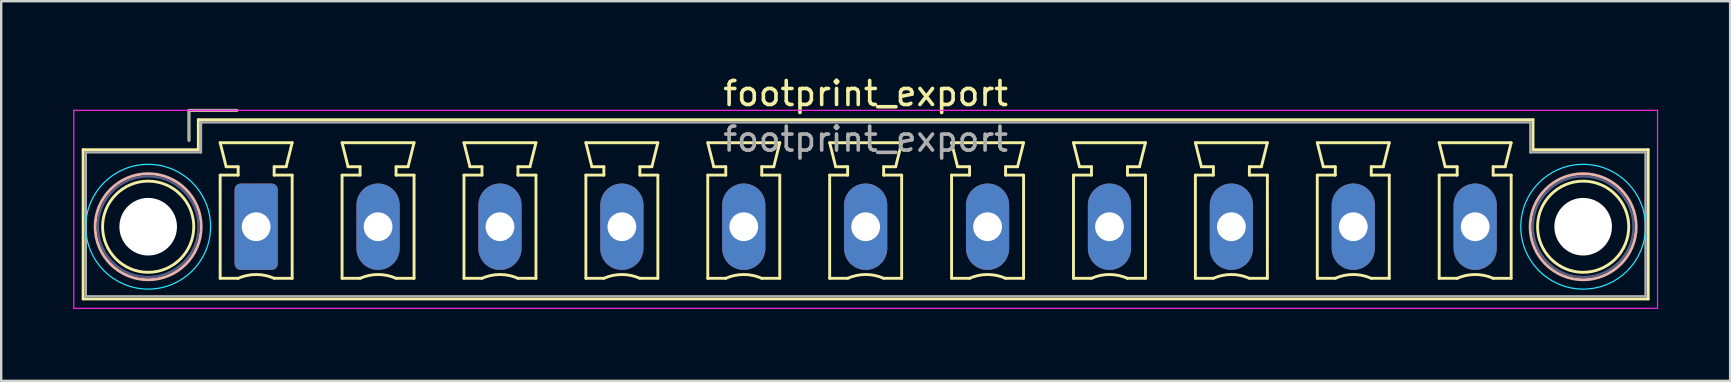
<source format=kicad_pcb>
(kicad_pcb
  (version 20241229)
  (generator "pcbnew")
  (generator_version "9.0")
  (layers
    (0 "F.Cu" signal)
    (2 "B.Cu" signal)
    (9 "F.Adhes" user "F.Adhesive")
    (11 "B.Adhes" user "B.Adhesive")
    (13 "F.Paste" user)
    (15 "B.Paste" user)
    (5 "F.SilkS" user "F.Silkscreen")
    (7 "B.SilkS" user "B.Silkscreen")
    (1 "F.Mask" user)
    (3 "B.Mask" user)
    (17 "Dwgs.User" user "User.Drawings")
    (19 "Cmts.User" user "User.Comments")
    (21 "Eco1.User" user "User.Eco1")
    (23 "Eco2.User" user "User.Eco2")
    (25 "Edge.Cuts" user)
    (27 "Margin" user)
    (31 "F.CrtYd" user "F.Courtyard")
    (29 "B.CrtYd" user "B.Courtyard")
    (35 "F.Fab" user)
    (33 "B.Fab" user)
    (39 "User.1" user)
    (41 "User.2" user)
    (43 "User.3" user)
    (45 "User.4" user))
  (footprint "footprint_export"
    (layer "F.Cu")
    (at 7.625 6.398)
    (property "Reference" "footprint_export" (at 25.4 -5.55 0) (layer "F.SilkS") (effects (font (size 1 1) (thickness 0.15))))
    (attr through_hole)
    (fp_line (start -7.21 -3.21) (end -7.21 3.01) (stroke (width 0.12) (type solid)) (layer "F.SilkS"))
    (fp_line (start -7.21 3.01) (end 58.01 3.01) (stroke (width 0.12) (type solid)) (layer "F.SilkS"))
    (fp_line (start -2.8 -4.85) (end -0.8 -4.85) (stroke (width 0.12) (type solid)) (layer "F.SilkS"))
    (fp_line (start -2.8 -3.6) (end -2.8 -4.85) (stroke (width 0.12) (type solid)) (layer "F.SilkS"))
    (fp_line (start -2.41 -4.46) (end -2.41 -3.21) (stroke (width 0.12) (type solid)) (layer "F.SilkS"))
    (fp_line (start -2.41 -3.21) (end -7.21 -3.21) (stroke (width 0.12) (type solid)) (layer "F.SilkS"))
    (fp_line (start -1.5 -3.5) (end 1.5 -3.5) (stroke (width 0.12) (type solid)) (layer "F.SilkS"))
    (fp_line (start -1.5 -2.15) (end -0.75 -2.15) (stroke (width 0.12) (type solid)) (layer "F.SilkS"))
    (fp_line (start -1.5 2.15) (end -1.5 -2.15) (stroke (width 0.12) (type solid)) (layer "F.SilkS"))
    (fp_line (start -1.25 -2.5) (end -1.5 -3.5) (stroke (width 0.12) (type solid)) (layer "F.SilkS"))
    (fp_line (start -0.75 -2.5) (end -1.25 -2.5) (stroke (width 0.12) (type solid)) (layer "F.SilkS"))
    (fp_line (start -0.75 -2.15) (end -0.75 -2.5) (stroke (width 0.12) (type solid)) (layer "F.SilkS"))
    (fp_line (start -0.75 2.15) (end -1.5 2.15) (stroke (width 0.12) (type solid)) (layer "F.SilkS"))
    (fp_line (start 0.75 -2.5) (end 0.75 -2.15) (stroke (width 0.12) (type solid)) (layer "F.SilkS"))
    (fp_line (start 0.75 -2.15) (end 1.5 -2.15) (stroke (width 0.12) (type solid)) (layer "F.SilkS"))
    (fp_line (start 1.25 -2.5) (end 0.75 -2.5) (stroke (width 0.12) (type solid)) (layer "F.SilkS"))
    (fp_line (start 1.5 -3.5) (end 1.25 -2.5) (stroke (width 0.12) (type solid)) (layer "F.SilkS"))
    (fp_line (start 1.5 -2.15) (end 1.5 2.15) (stroke (width 0.12) (type solid)) (layer "F.SilkS"))
    (fp_line (start 1.5 2.15) (end 0.75 2.15) (stroke (width 0.12) (type solid)) (layer "F.SilkS"))
    (fp_line (start 3.58 -3.5) (end 6.58 -3.5) (stroke (width 0.12) (type solid)) (layer "F.SilkS"))
    (fp_line (start 3.58 -2.15) (end 4.33 -2.15) (stroke (width 0.12) (type solid)) (layer "F.SilkS"))
    (fp_line (start 3.58 2.15) (end 3.58 -2.15) (stroke (width 0.12) (type solid)) (layer "F.SilkS"))
    (fp_line (start 3.83 -2.5) (end 3.58 -3.5) (stroke (width 0.12) (type solid)) (layer "F.SilkS"))
    (fp_line (start 4.33 -2.5) (end 3.83 -2.5) (stroke (width 0.12) (type solid)) (layer "F.SilkS"))
    (fp_line (start 4.33 -2.15) (end 4.33 -2.5) (stroke (width 0.12) (type solid)) (layer "F.SilkS"))
    (fp_line (start 4.33 2.15) (end 3.58 2.15) (stroke (width 0.12) (type solid)) (layer "F.SilkS"))
    (fp_line (start 5.83 -2.5) (end 5.83 -2.15) (stroke (width 0.12) (type solid)) (layer "F.SilkS"))
    (fp_line (start 5.83 -2.15) (end 6.58 -2.15) (stroke (width 0.12) (type solid)) (layer "F.SilkS"))
    (fp_line (start 6.33 -2.5) (end 5.83 -2.5) (stroke (width 0.12) (type solid)) (layer "F.SilkS"))
    (fp_line (start 6.58 -3.5) (end 6.33 -2.5) (stroke (width 0.12) (type solid)) (layer "F.SilkS"))
    (fp_line (start 6.58 -2.15) (end 6.58 2.15) (stroke (width 0.12) (type solid)) (layer "F.SilkS"))
    (fp_line (start 6.58 2.15) (end 5.83 2.15) (stroke (width 0.12) (type solid)) (layer "F.SilkS"))
    (fp_line (start 8.66 -3.5) (end 11.66 -3.5) (stroke (width 0.12) (type solid)) (layer "F.SilkS"))
    (fp_line (start 8.66 -2.15) (end 9.41 -2.15) (stroke (width 0.12) (type solid)) (layer "F.SilkS"))
    (fp_line (start 8.66 2.15) (end 8.66 -2.15) (stroke (width 0.12) (type solid)) (layer "F.SilkS"))
    (fp_line (start 8.91 -2.5) (end 8.66 -3.5) (stroke (width 0.12) (type solid)) (layer "F.SilkS"))
    (fp_line (start 9.41 -2.5) (end 8.91 -2.5) (stroke (width 0.12) (type solid)) (layer "F.SilkS"))
    (fp_line (start 9.41 -2.15) (end 9.41 -2.5) (stroke (width 0.12) (type solid)) (layer "F.SilkS"))
    (fp_line (start 9.41 2.15) (end 8.66 2.15) (stroke (width 0.12) (type solid)) (layer "F.SilkS"))
    (fp_line (start 10.91 -2.5) (end 10.91 -2.15) (stroke (width 0.12) (type solid)) (layer "F.SilkS"))
    (fp_line (start 10.91 -2.15) (end 11.66 -2.15) (stroke (width 0.12) (type solid)) (layer "F.SilkS"))
    (fp_line (start 11.41 -2.5) (end 10.91 -2.5) (stroke (width 0.12) (type solid)) (layer "F.SilkS"))
    (fp_line (start 11.66 -3.5) (end 11.41 -2.5) (stroke (width 0.12) (type solid)) (layer "F.SilkS"))
    (fp_line (start 11.66 -2.15) (end 11.66 2.15) (stroke (width 0.12) (type solid)) (layer "F.SilkS"))
    (fp_line (start 11.66 2.15) (end 10.91 2.15) (stroke (width 0.12) (type solid)) (layer "F.SilkS"))
    (fp_line (start 13.74 -3.5) (end 16.74 -3.5) (stroke (width 0.12) (type solid)) (layer "F.SilkS"))
    (fp_line (start 13.74 -2.15) (end 14.49 -2.15) (stroke (width 0.12) (type solid)) (layer "F.SilkS"))
    (fp_line (start 13.74 2.15) (end 13.74 -2.15) (stroke (width 0.12) (type solid)) (layer "F.SilkS"))
    (fp_line (start 13.99 -2.5) (end 13.74 -3.5) (stroke (width 0.12) (type solid)) (layer "F.SilkS"))
    (fp_line (start 14.49 -2.5) (end 13.99 -2.5) (stroke (width 0.12) (type solid)) (layer "F.SilkS"))
    (fp_line (start 14.49 -2.15) (end 14.49 -2.5) (stroke (width 0.12) (type solid)) (layer "F.SilkS"))
    (fp_line (start 14.49 2.15) (end 13.74 2.15) (stroke (width 0.12) (type solid)) (layer "F.SilkS"))
    (fp_line (start 15.99 -2.5) (end 15.99 -2.15) (stroke (width 0.12) (type solid)) (layer "F.SilkS"))
    (fp_line (start 15.99 -2.15) (end 16.74 -2.15) (stroke (width 0.12) (type solid)) (layer "F.SilkS"))
    (fp_line (start 16.49 -2.5) (end 15.99 -2.5) (stroke (width 0.12) (type solid)) (layer "F.SilkS"))
    (fp_line (start 16.74 -3.5) (end 16.49 -2.5) (stroke (width 0.12) (type solid)) (layer "F.SilkS"))
    (fp_line (start 16.74 -2.15) (end 16.74 2.15) (stroke (width 0.12) (type solid)) (layer "F.SilkS"))
    (fp_line (start 16.74 2.15) (end 15.99 2.15) (stroke (width 0.12) (type solid)) (layer "F.SilkS"))
    (fp_line (start 18.82 -3.5) (end 21.82 -3.5) (stroke (width 0.12) (type solid)) (layer "F.SilkS"))
    (fp_line (start 18.82 -2.15) (end 19.57 -2.15) (stroke (width 0.12) (type solid)) (layer "F.SilkS"))
    (fp_line (start 18.82 2.15) (end 18.82 -2.15) (stroke (width 0.12) (type solid)) (layer "F.SilkS"))
    (fp_line (start 19.07 -2.5) (end 18.82 -3.5) (stroke (width 0.12) (type solid)) (layer "F.SilkS"))
    (fp_line (start 19.57 -2.5) (end 19.07 -2.5) (stroke (width 0.12) (type solid)) (layer "F.SilkS"))
    (fp_line (start 19.57 -2.15) (end 19.57 -2.5) (stroke (width 0.12) (type solid)) (layer "F.SilkS"))
    (fp_line (start 19.57 2.15) (end 18.82 2.15) (stroke (width 0.12) (type solid)) (layer "F.SilkS"))
    (fp_line (start 21.07 -2.5) (end 21.07 -2.15) (stroke (width 0.12) (type solid)) (layer "F.SilkS"))
    (fp_line (start 21.07 -2.15) (end 21.82 -2.15) (stroke (width 0.12) (type solid)) (layer "F.SilkS"))
    (fp_line (start 21.57 -2.5) (end 21.07 -2.5) (stroke (width 0.12) (type solid)) (layer "F.SilkS"))
    (fp_line (start 21.82 -3.5) (end 21.57 -2.5) (stroke (width 0.12) (type solid)) (layer "F.SilkS"))
    (fp_line (start 21.82 -2.15) (end 21.82 2.15) (stroke (width 0.12) (type solid)) (layer "F.SilkS"))
    (fp_line (start 21.82 2.15) (end 21.07 2.15) (stroke (width 0.12) (type solid)) (layer "F.SilkS"))
    (fp_line (start 23.9 -3.5) (end 26.9 -3.5) (stroke (width 0.12) (type solid)) (layer "F.SilkS"))
    (fp_line (start 23.9 -2.15) (end 24.65 -2.15) (stroke (width 0.12) (type solid)) (layer "F.SilkS"))
    (fp_line (start 23.9 2.15) (end 23.9 -2.15) (stroke (width 0.12) (type solid)) (layer "F.SilkS"))
    (fp_line (start 24.15 -2.5) (end 23.9 -3.5) (stroke (width 0.12) (type solid)) (layer "F.SilkS"))
    (fp_line (start 24.65 -2.5) (end 24.15 -2.5) (stroke (width 0.12) (type solid)) (layer "F.SilkS"))
    (fp_line (start 24.65 -2.15) (end 24.65 -2.5) (stroke (width 0.12) (type solid)) (layer "F.SilkS"))
    (fp_line (start 24.65 2.15) (end 23.9 2.15) (stroke (width 0.12) (type solid)) (layer "F.SilkS"))
    (fp_line (start 26.15 -2.5) (end 26.15 -2.15) (stroke (width 0.12) (type solid)) (layer "F.SilkS"))
    (fp_line (start 26.15 -2.15) (end 26.9 -2.15) (stroke (width 0.12) (type solid)) (layer "F.SilkS"))
    (fp_line (start 26.65 -2.5) (end 26.15 -2.5) (stroke (width 0.12) (type solid)) (layer "F.SilkS"))
    (fp_line (start 26.9 -3.5) (end 26.65 -2.5) (stroke (width 0.12) (type solid)) (layer "F.SilkS"))
    (fp_line (start 26.9 -2.15) (end 26.9 2.15) (stroke (width 0.12) (type solid)) (layer "F.SilkS"))
    (fp_line (start 26.9 2.15) (end 26.15 2.15) (stroke (width 0.12) (type solid)) (layer "F.SilkS"))
    (fp_line (start 28.98 -3.5) (end 31.98 -3.5) (stroke (width 0.12) (type solid)) (layer "F.SilkS"))
    (fp_line (start 28.98 -2.15) (end 29.73 -2.15) (stroke (width 0.12) (type solid)) (layer "F.SilkS"))
    (fp_line (start 28.98 2.15) (end 28.98 -2.15) (stroke (width 0.12) (type solid)) (layer "F.SilkS"))
    (fp_line (start 29.23 -2.5) (end 28.98 -3.5) (stroke (width 0.12) (type solid)) (layer "F.SilkS"))
    (fp_line (start 29.73 -2.5) (end 29.23 -2.5) (stroke (width 0.12) (type solid)) (layer "F.SilkS"))
    (fp_line (start 29.73 -2.15) (end 29.73 -2.5) (stroke (width 0.12) (type solid)) (layer "F.SilkS"))
    (fp_line (start 29.73 2.15) (end 28.98 2.15) (stroke (width 0.12) (type solid)) (layer "F.SilkS"))
    (fp_line (start 31.23 -2.5) (end 31.23 -2.15) (stroke (width 0.12) (type solid)) (layer "F.SilkS"))
    (fp_line (start 31.23 -2.15) (end 31.98 -2.15) (stroke (width 0.12) (type solid)) (layer "F.SilkS"))
    (fp_line (start 31.73 -2.5) (end 31.23 -2.5) (stroke (width 0.12) (type solid)) (layer "F.SilkS"))
    (fp_line (start 31.98 -3.5) (end 31.73 -2.5) (stroke (width 0.12) (type solid)) (layer "F.SilkS"))
    (fp_line (start 31.98 -2.15) (end 31.98 2.15) (stroke (width 0.12) (type solid)) (layer "F.SilkS"))
    (fp_line (start 31.98 2.15) (end 31.23 2.15) (stroke (width 0.12) (type solid)) (layer "F.SilkS"))
    (fp_line (start 34.06 -3.5) (end 37.06 -3.5) (stroke (width 0.12) (type solid)) (layer "F.SilkS"))
    (fp_line (start 34.06 -2.15) (end 34.81 -2.15) (stroke (width 0.12) (type solid)) (layer "F.SilkS"))
    (fp_line (start 34.06 2.15) (end 34.06 -2.15) (stroke (width 0.12) (type solid)) (layer "F.SilkS"))
    (fp_line (start 34.31 -2.5) (end 34.06 -3.5) (stroke (width 0.12) (type solid)) (layer "F.SilkS"))
    (fp_line (start 34.81 -2.5) (end 34.31 -2.5) (stroke (width 0.12) (type solid)) (layer "F.SilkS"))
    (fp_line (start 34.81 -2.15) (end 34.81 -2.5) (stroke (width 0.12) (type solid)) (layer "F.SilkS"))
    (fp_line (start 34.81 2.15) (end 34.06 2.15) (stroke (width 0.12) (type solid)) (layer "F.SilkS"))
    (fp_line (start 36.31 -2.5) (end 36.31 -2.15) (stroke (width 0.12) (type solid)) (layer "F.SilkS"))
    (fp_line (start 36.31 -2.15) (end 37.06 -2.15) (stroke (width 0.12) (type solid)) (layer "F.SilkS"))
    (fp_line (start 36.81 -2.5) (end 36.31 -2.5) (stroke (width 0.12) (type solid)) (layer "F.SilkS"))
    (fp_line (start 37.06 -3.5) (end 36.81 -2.5) (stroke (width 0.12) (type solid)) (layer "F.SilkS"))
    (fp_line (start 37.06 -2.15) (end 37.06 2.15) (stroke (width 0.12) (type solid)) (layer "F.SilkS"))
    (fp_line (start 37.06 2.15) (end 36.31 2.15) (stroke (width 0.12) (type solid)) (layer "F.SilkS"))
    (fp_line (start 39.14 -3.5) (end 42.14 -3.5) (stroke (width 0.12) (type solid)) (layer "F.SilkS"))
    (fp_line (start 39.14 -2.15) (end 39.89 -2.15) (stroke (width 0.12) (type solid)) (layer "F.SilkS"))
    (fp_line (start 39.14 2.15) (end 39.14 -2.15) (stroke (width 0.12) (type solid)) (layer "F.SilkS"))
    (fp_line (start 39.39 -2.5) (end 39.14 -3.5) (stroke (width 0.12) (type solid)) (layer "F.SilkS"))
    (fp_line (start 39.89 -2.5) (end 39.39 -2.5) (stroke (width 0.12) (type solid)) (layer "F.SilkS"))
    (fp_line (start 39.89 -2.15) (end 39.89 -2.5) (stroke (width 0.12) (type solid)) (layer "F.SilkS"))
    (fp_line (start 39.89 2.15) (end 39.14 2.15) (stroke (width 0.12) (type solid)) (layer "F.SilkS"))
    (fp_line (start 41.39 -2.5) (end 41.39 -2.15) (stroke (width 0.12) (type solid)) (layer "F.SilkS"))
    (fp_line (start 41.39 -2.15) (end 42.14 -2.15) (stroke (width 0.12) (type solid)) (layer "F.SilkS"))
    (fp_line (start 41.89 -2.5) (end 41.39 -2.5) (stroke (width 0.12) (type solid)) (layer "F.SilkS"))
    (fp_line (start 42.14 -3.5) (end 41.89 -2.5) (stroke (width 0.12) (type solid)) (layer "F.SilkS"))
    (fp_line (start 42.14 -2.15) (end 42.14 2.15) (stroke (width 0.12) (type solid)) (layer "F.SilkS"))
    (fp_line (start 42.14 2.15) (end 41.39 2.15) (stroke (width 0.12) (type solid)) (layer "F.SilkS"))
    (fp_line (start 44.22 -3.5) (end 47.22 -3.5) (stroke (width 0.12) (type solid)) (layer "F.SilkS"))
    (fp_line (start 44.22 -2.15) (end 44.97 -2.15) (stroke (width 0.12) (type solid)) (layer "F.SilkS"))
    (fp_line (start 44.22 2.15) (end 44.22 -2.15) (stroke (width 0.12) (type solid)) (layer "F.SilkS"))
    (fp_line (start 44.47 -2.5) (end 44.22 -3.5) (stroke (width 0.12) (type solid)) (layer "F.SilkS"))
    (fp_line (start 44.97 -2.5) (end 44.47 -2.5) (stroke (width 0.12) (type solid)) (layer "F.SilkS"))
    (fp_line (start 44.97 -2.15) (end 44.97 -2.5) (stroke (width 0.12) (type solid)) (layer "F.SilkS"))
    (fp_line (start 44.97 2.15) (end 44.22 2.15) (stroke (width 0.12) (type solid)) (layer "F.SilkS"))
    (fp_line (start 46.47 -2.5) (end 46.47 -2.15) (stroke (width 0.12) (type solid)) (layer "F.SilkS"))
    (fp_line (start 46.47 -2.15) (end 47.22 -2.15) (stroke (width 0.12) (type solid)) (layer "F.SilkS"))
    (fp_line (start 46.97 -2.5) (end 46.47 -2.5) (stroke (width 0.12) (type solid)) (layer "F.SilkS"))
    (fp_line (start 47.22 -3.5) (end 46.97 -2.5) (stroke (width 0.12) (type solid)) (layer "F.SilkS"))
    (fp_line (start 47.22 -2.15) (end 47.22 2.15) (stroke (width 0.12) (type solid)) (layer "F.SilkS"))
    (fp_line (start 47.22 2.15) (end 46.47 2.15) (stroke (width 0.12) (type solid)) (layer "F.SilkS"))
    (fp_line (start 49.3 -3.5) (end 52.3 -3.5) (stroke (width 0.12) (type solid)) (layer "F.SilkS"))
    (fp_line (start 49.3 -2.15) (end 50.05 -2.15) (stroke (width 0.12) (type solid)) (layer "F.SilkS"))
    (fp_line (start 49.3 2.15) (end 49.3 -2.15) (stroke (width 0.12) (type solid)) (layer "F.SilkS"))
    (fp_line (start 49.55 -2.5) (end 49.3 -3.5) (stroke (width 0.12) (type solid)) (layer "F.SilkS"))
    (fp_line (start 50.05 -2.5) (end 49.55 -2.5) (stroke (width 0.12) (type solid)) (layer "F.SilkS"))
    (fp_line (start 50.05 -2.15) (end 50.05 -2.5) (stroke (width 0.12) (type solid)) (layer "F.SilkS"))
    (fp_line (start 50.05 2.15) (end 49.3 2.15) (stroke (width 0.12) (type solid)) (layer "F.SilkS"))
    (fp_line (start 51.55 -2.5) (end 51.55 -2.15) (stroke (width 0.12) (type solid)) (layer "F.SilkS"))
    (fp_line (start 51.55 -2.15) (end 52.3 -2.15) (stroke (width 0.12) (type solid)) (layer "F.SilkS"))
    (fp_line (start 52.05 -2.5) (end 51.55 -2.5) (stroke (width 0.12) (type solid)) (layer "F.SilkS"))
    (fp_line (start 52.3 -3.5) (end 52.05 -2.5) (stroke (width 0.12) (type solid)) (layer "F.SilkS"))
    (fp_line (start 52.3 -2.15) (end 52.3 2.15) (stroke (width 0.12) (type solid)) (layer "F.SilkS"))
    (fp_line (start 52.3 2.15) (end 51.55 2.15) (stroke (width 0.12) (type solid)) (layer "F.SilkS"))
    (fp_line (start 53.21 -4.46) (end -2.41 -4.46) (stroke (width 0.12) (type solid)) (layer "F.SilkS"))
    (fp_line (start 53.21 -3.21) (end 53.21 -4.46) (stroke (width 0.12) (type solid)) (layer "F.SilkS"))
    (fp_line (start 58.01 -3.21) (end 53.21 -3.21) (stroke (width 0.12) (type solid)) (layer "F.SilkS"))
    (fp_line (start 58.01 3.01) (end 58.01 -3.21) (stroke (width 0.12) (type solid)) (layer "F.SilkS"))
    (fp_arc (start -0.75 2.15) (mid -0.000193 1.99191) (end 0.749647 2.149844) (stroke (width 0.12) (type solid)) (layer "F.SilkS"))
    (fp_arc (start 4.33 2.15) (mid 5.079807 1.99191) (end 5.829647 2.149844) (stroke (width 0.12) (type solid)) (layer "F.SilkS"))
    (fp_arc (start 9.41 2.15) (mid 10.159807 1.99191) (end 10.909647 2.149844) (stroke (width 0.12) (type solid)) (layer "F.SilkS"))
    (fp_arc (start 14.49 2.15) (mid 15.239807 1.99191) (end 15.989647 2.149844) (stroke (width 0.12) (type solid)) (layer "F.SilkS"))
    (fp_arc (start 19.57 2.15) (mid 20.319807 1.99191) (end 21.069647 2.149844) (stroke (width 0.12) (type solid)) (layer "F.SilkS"))
    (fp_arc (start 24.65 2.15) (mid 25.399807 1.99191) (end 26.149647 2.149844) (stroke (width 0.12) (type solid)) (layer "F.SilkS"))
    (fp_arc (start 29.73 2.15) (mid 30.479807 1.99191) (end 31.229647 2.149844) (stroke (width 0.12) (type solid)) (layer "F.SilkS"))
    (fp_arc (start 34.81 2.15) (mid 35.559807 1.99191) (end 36.309647 2.149844) (stroke (width 0.12) (type solid)) (layer "F.SilkS"))
    (fp_arc (start 39.89 2.15) (mid 40.639807 1.99191) (end 41.389647 2.149844) (stroke (width 0.12) (type solid)) (layer "F.SilkS"))
    (fp_arc (start 44.97 2.15) (mid 45.719807 1.99191) (end 46.469647 2.149844) (stroke (width 0.12) (type solid)) (layer "F.SilkS"))
    (fp_arc (start 50.05 2.15) (mid 50.799807 1.99191) (end 51.549647 2.149844) (stroke (width 0.12) (type solid)) (layer "F.SilkS"))
    (fp_circle (center -4.5 0) (end -2.6 0) (stroke (width 0.12) (type solid)) (fill no) (layer "F.SilkS"))
    (fp_circle (center 55.3 0) (end 57.2 0) (stroke (width 0.12) (type solid)) (fill no) (layer "F.SilkS"))
    (fp_circle (center -4.5 0) (end -2.29 0) (stroke (width 0.12) (type solid)) (fill no) (layer "B.SilkS"))
    (fp_circle (center 55.3 0) (end 57.51 0) (stroke (width 0.12) (type solid)) (fill no) (layer "B.SilkS"))
    (fp_circle (center -4.5 0) (end -1.9 0) (stroke (width 0.05) (type solid)) (fill no) (layer "B.CrtYd"))
    (fp_circle (center 55.3 0) (end 57.9 0) (stroke (width 0.05) (type solid)) (fill no) (layer "B.CrtYd"))
    (fp_line (start -7.6 -4.85) (end -7.6 3.4) (stroke (width 0.05) (type solid)) (layer "F.CrtYd"))
    (fp_line (start -7.6 3.4) (end 58.4 3.4) (stroke (width 0.05) (type solid)) (layer "F.CrtYd"))
    (fp_line (start 58.4 -4.85) (end -7.6 -4.85) (stroke (width 0.05) (type solid)) (layer "F.CrtYd"))
    (fp_line (start 58.4 3.4) (end 58.4 -4.85) (stroke (width 0.05) (type solid)) (layer "F.CrtYd"))
    (fp_circle (center -4.5 0) (end -2.4 0) (stroke (width 0.1) (type solid)) (fill no) (layer "B.Fab"))
    (fp_circle (center 55.3 0) (end 57.4 0) (stroke (width 0.1) (type solid)) (fill no) (layer "B.Fab"))
    (fp_line (start -7.1 -3.1) (end -7.1 2.9) (stroke (width 0.1) (type solid)) (layer "F.Fab"))
    (fp_line (start -7.1 2.9) (end 57.9 2.9) (stroke (width 0.1) (type solid)) (layer "F.Fab"))
    (fp_line (start -2.8 -4.85) (end -0.8 -4.85) (stroke (width 0.1) (type solid)) (layer "F.Fab"))
    (fp_line (start -2.8 -3.6) (end -2.8 -4.85) (stroke (width 0.1) (type solid)) (layer "F.Fab"))
    (fp_line (start -2.3 -4.35) (end -2.3 -3.1) (stroke (width 0.1) (type solid)) (layer "F.Fab"))
    (fp_line (start -2.3 -3.1) (end -7.1 -3.1) (stroke (width 0.1) (type solid)) (layer "F.Fab"))
    (fp_line (start 53.1 -4.35) (end -2.3 -4.35) (stroke (width 0.1) (type solid)) (layer "F.Fab"))
    (fp_line (start 53.1 -3.1) (end 53.1 -4.35) (stroke (width 0.1) (type solid)) (layer "F.Fab"))
    (fp_line (start 57.9 -3.1) (end 53.1 -3.1) (stroke (width 0.1) (type solid)) (layer "F.Fab"))
    (fp_line (start 57.9 2.9) (end 57.9 -3.1) (stroke (width 0.1) (type solid)) (layer "F.Fab"))
    (fp_text user "${REFERENCE}" (at 25.4 -3.65 0) (layer "F.Fab") (effects (font (size 1 1) (thickness 0.15))))
    (pad "" np_thru_hole circle (at -4.5 0) (size 2.4 2.4) (drill 2.4) (layers "*.Cu" "*.Mask"))
    (pad "" np_thru_hole circle (at 55.3 0) (size 2.4 2.4) (drill 2.4) (layers "*.Cu" "*.Mask"))
    (pad "1" thru_hole roundrect (at 0 0) (size 1.8 3.6) (drill 1.2) (layers "*.Cu" "*.Mask") (roundrect_rratio 0.139))
    (pad "2" thru_hole oval (at 5.08 0) (size 1.8 3.6) (drill 1.2) (layers "*.Cu" "*.Mask"))
    (pad "3" thru_hole oval (at 10.16 0) (size 1.8 3.6) (drill 1.2) (layers "*.Cu" "*.Mask"))
    (pad "4" thru_hole oval (at 15.24 0) (size 1.8 3.6) (drill 1.2) (layers "*.Cu" "*.Mask"))
    (pad "5" thru_hole oval (at 20.32 0) (size 1.8 3.6) (drill 1.2) (layers "*.Cu" "*.Mask"))
    (pad "6" thru_hole oval (at 25.4 0) (size 1.8 3.6) (drill 1.2) (layers "*.Cu" "*.Mask"))
    (pad "7" thru_hole oval (at 30.48 0) (size 1.8 3.6) (drill 1.2) (layers "*.Cu" "*.Mask"))
    (pad "8" thru_hole oval (at 35.56 0) (size 1.8 3.6) (drill 1.2) (layers "*.Cu" "*.Mask"))
    (pad "9" thru_hole oval (at 40.64 0) (size 1.8 3.6) (drill 1.2) (layers "*.Cu" "*.Mask"))
    (pad "10" thru_hole oval (at 45.72 0) (size 1.8 3.6) (drill 1.2) (layers "*.Cu" "*.Mask"))
    (pad "11" thru_hole oval (at 50.8 0) (size 1.8 3.6) (drill 1.2) (layers "*.Cu" "*.Mask")))
  (gr_rect
    (start -3 -3)
    (end 69.05 12.823)
    (stroke (width 0.1) (type default))
    (fill no)
    (layer "Edge.Cuts")))
</source>
